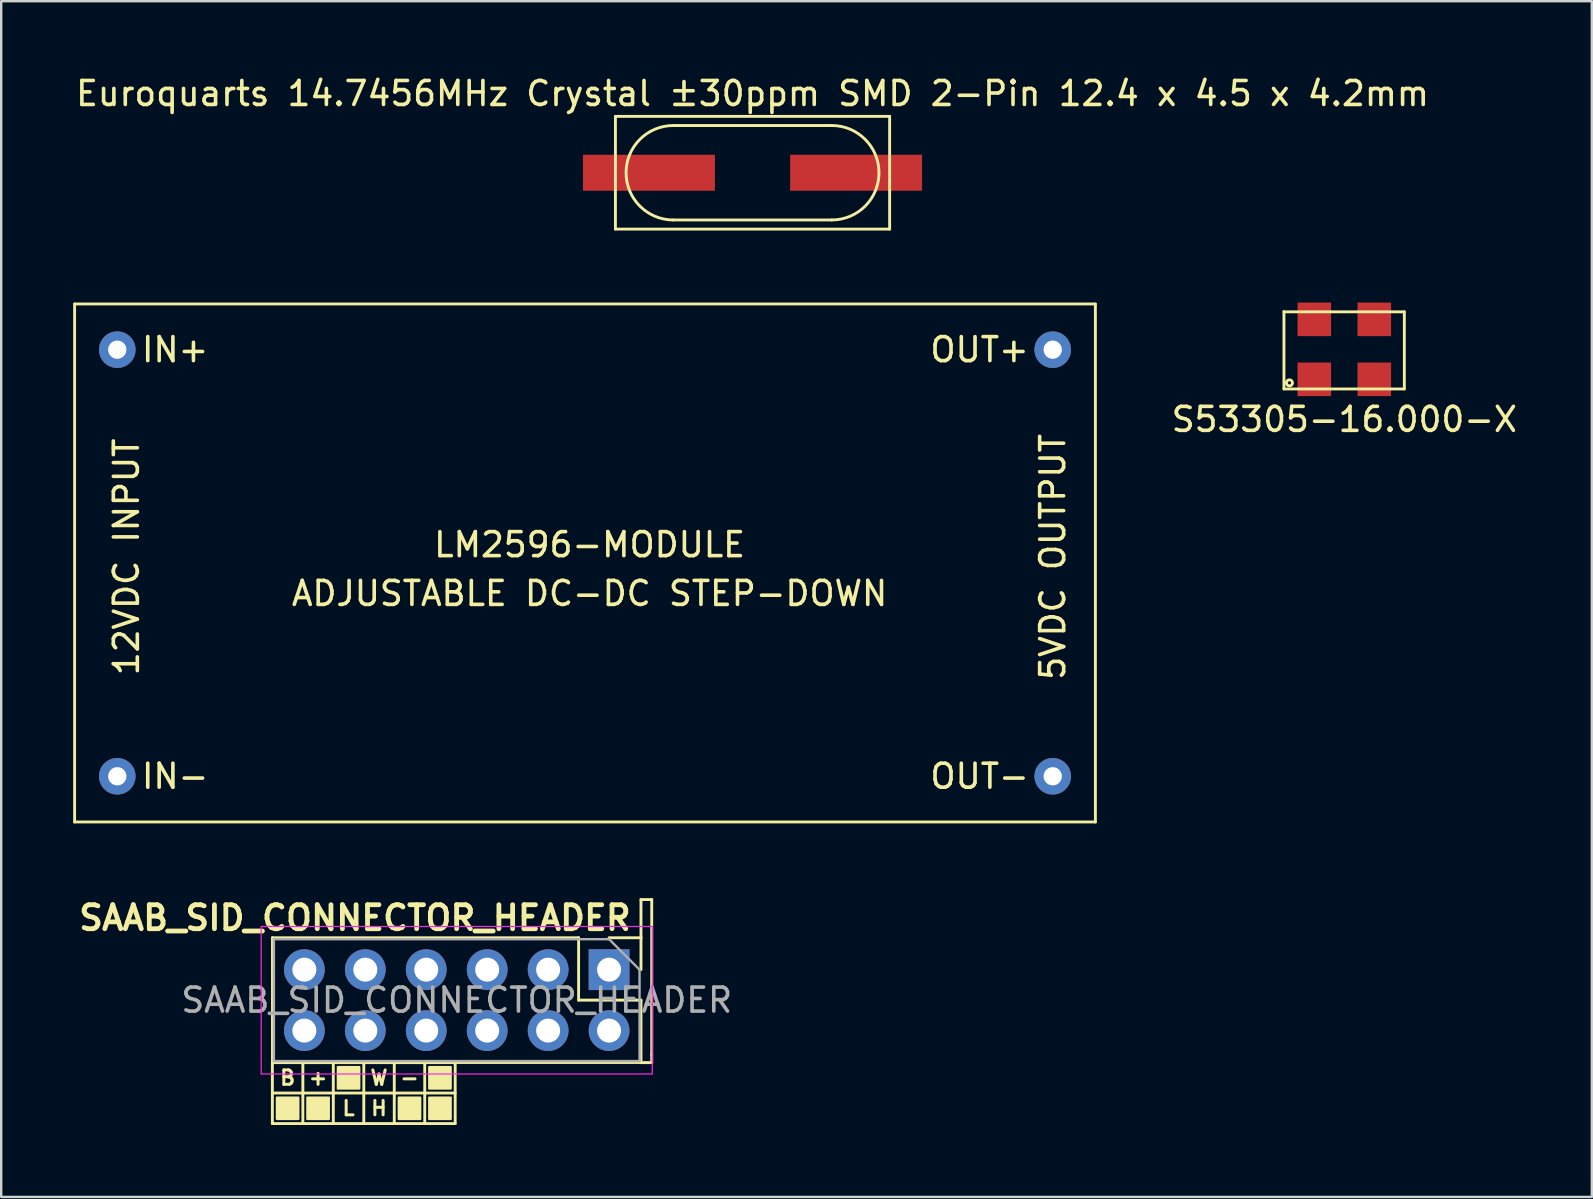
<source format=kicad_pcb>
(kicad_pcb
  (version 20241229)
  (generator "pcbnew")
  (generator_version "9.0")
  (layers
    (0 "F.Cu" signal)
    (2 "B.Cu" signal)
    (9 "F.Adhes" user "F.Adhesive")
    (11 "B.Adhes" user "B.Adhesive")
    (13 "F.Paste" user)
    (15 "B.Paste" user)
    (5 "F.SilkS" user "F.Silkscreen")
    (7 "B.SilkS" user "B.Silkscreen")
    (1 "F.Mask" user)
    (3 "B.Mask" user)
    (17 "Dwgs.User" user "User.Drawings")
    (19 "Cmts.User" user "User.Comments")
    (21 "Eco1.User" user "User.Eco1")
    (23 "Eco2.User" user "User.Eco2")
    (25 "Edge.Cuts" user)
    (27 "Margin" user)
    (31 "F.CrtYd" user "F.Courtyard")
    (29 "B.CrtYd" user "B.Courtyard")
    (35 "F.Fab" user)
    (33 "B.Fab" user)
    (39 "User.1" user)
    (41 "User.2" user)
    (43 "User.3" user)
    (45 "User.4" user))
  (footprint "LM2596-MODULE"
    (layer "F.Cu")
    (at 21.523 20.161)
    (property "Reference" "LM2596-MODULE" (at 0 -0.508 0) (layer "F.SilkS") (effects (font (size 1 1) (thickness 0.15))))
    (attr through_hole)
    (fp_line (start -21.463 -10.541) (end 21.082 -10.541) (stroke (width 0.12) (type solid)) (layer "F.SilkS"))
    (fp_line (start -21.463 11.049) (end -21.463 -10.541) (stroke (width 0.12) (type solid)) (layer "F.SilkS"))
    (fp_line (start 21.082 -10.541) (end 21.082 11.049) (stroke (width 0.12) (type solid)) (layer "F.SilkS"))
    (fp_line (start 21.082 11.049) (end -21.463 11.049) (stroke (width 0.12) (type solid)) (layer "F.SilkS"))
    (fp_text user "12VDC INPUT" (at -19.304 0 90) (layer "F.SilkS") (effects (font (size 1 1) (thickness 0.15))))
    (fp_text user "IN+" (at -17.272 -8.636 0) (layer "F.SilkS") (effects (font (size 1 1) (thickness 0.15))))
    (fp_text user "ADJUSTABLE DC-DC STEP-DOWN" (at 0 1.524 0) (layer "F.SilkS") (effects (font (size 1 1) (thickness 0.15))))
    (fp_text user "OUT+" (at 16.256 -8.636 0) (layer "F.SilkS") (effects (font (size 1 1) (thickness 0.15))))
    (fp_text user "5VDC OUTPUT" (at 19.304 0 270) (layer "F.SilkS") (effects (font (size 1 1) (thickness 0.15))))
    (fp_text user "OUT-" (at 16.256 9.144 0) (layer "F.SilkS") (effects (font (size 1 1) (thickness 0.15))))
    (fp_text user "IN-" (at -17.272 9.144 0) (layer "F.SilkS") (effects (font (size 1 1) (thickness 0.15))))
    (pad "1" thru_hole circle (at -19.685 -8.636) (size 1.524 1.524) (drill 0.762) (layers "*.Cu" "*.Mask"))
    (pad "2" thru_hole circle (at -19.685 9.144) (size 1.524 1.524) (drill 0.762) (layers "*.Cu" "*.Mask"))
    (pad "3" thru_hole circle (at 19.304 -8.636) (size 1.524 1.524) (drill 0.762) (layers "*.Cu" "*.Mask"))
    (pad "4" thru_hole circle (at 19.304 9.144) (size 1.524 1.524) (drill 0.762) (layers "*.Cu" "*.Mask")))
  (footprint "Euroquarts 14.7456MHz Crystal ±30ppm SMD 2-Pin 12.4 x 4.5 x 4.2mm"
    (layer "F.Cu")
    (at 28.315 4.15)
    (property "Reference" "Euroquarts 14.7456MHz Crystal ±30ppm SMD 2-Pin 12.4 x 4.5 x 4.2mm" (at 0 -3.302 0) (layer "F.SilkS") (effects (font (size 1 1) (thickness 0.15))))
    (attr through_hole)
    (fp_line (start -5.715 -2.349) (end 5.715 -2.349) (stroke (width 0.12) (type solid)) (layer "F.SilkS"))
    (fp_line (start -5.715 2.349) (end -5.715 -2.349) (stroke (width 0.12) (type solid)) (layer "F.SilkS"))
    (fp_line (start -3.302 1.968) (end 3.302 1.968) (stroke (width 0.12) (type solid)) (layer "F.SilkS"))
    (fp_line (start 3.302 -1.968) (end -3.302 -1.968) (stroke (width 0.12) (type solid)) (layer "F.SilkS"))
    (fp_line (start 5.715 -2.349) (end 5.715 2.349) (stroke (width 0.12) (type solid)) (layer "F.SilkS"))
    (fp_line (start 5.715 2.349) (end -5.715 2.349) (stroke (width 0.12) (type solid)) (layer "F.SilkS"))
    (fp_arc (start -3.302 1.9685) (mid -5.2705 0) (end -3.302 -1.9685) (stroke (width 0.12) (type solid)) (layer "F.SilkS"))
    (fp_arc (start 3.302 -1.9685) (mid 5.2705 0) (end 3.302 1.9685) (stroke (width 0.12) (type solid)) (layer "F.SilkS"))
    (pad "1" smd rect (at -4.318 0) (size 5.5 1.5) (layers "F.Cu" "F.Mask" "F.Paste"))
    (pad "2" smd rect (at 4.318 0) (size 5.5 1.5) (layers "F.Cu" "F.Mask" "F.Paste")))
  (footprint "S53305-16.000-X"
    (layer "F.Cu")
    (at 52.98 11.51)
    (property "Reference" "S53305-16.000-X" (at 0 2.921 0) (layer "F.SilkS") (effects (font (size 1 1) (thickness 0.15))))
    (attr through_hole)
    (fp_line (start -2.515 -1.562) (end 2.502 -1.562) (stroke (width 0.12) (type solid)) (layer "F.SilkS"))
    (fp_line (start -2.515 1.651) (end -2.515 -1.575) (stroke (width 0.12) (type solid)) (layer "F.SilkS"))
    (fp_line (start 2.502 -1.562) (end 2.502 1.651) (stroke (width 0.12) (type solid)) (layer "F.SilkS"))
    (fp_line (start 2.502 1.651) (end -2.515 1.651) (stroke (width 0.12) (type solid)) (layer "F.SilkS"))
    (fp_circle (center -2.286 1.397) (end -2.413 1.397) (stroke (width 0.12) (type solid)) (fill no) (layer "F.SilkS"))
    (pad "1" smd rect (at -1.25 1.25) (size 1.4 1.4) (layers "F.Cu" "F.Mask" "F.Paste"))
    (pad "2" smd rect (at 1.25 1.25) (size 1.4 1.4) (layers "F.Cu" "F.Mask" "F.Paste"))
    (pad "3" smd rect (at 1.25 -1.25) (size 1.4 1.4) (layers "F.Cu" "F.Mask" "F.Paste"))
    (pad "4" smd rect (at -1.25 -1.25) (size 1.4 1.4) (layers "F.Cu" "F.Mask" "F.Paste")))
  (footprint "SAAB_SID_CONNECTOR_HEADER"
    (layer "F.Cu")
    (at 15.986 38.508)
    (property "Reference" "SAAB_SID_CONNECTOR_HEADER" (at 7.366 -3.302 0) (layer "F.SilkS") (effects (font (size 1 1) (thickness 0.2)) (justify right)))
    (attr through_hole)
    (fp_line (start -7.684 2.731) (end -0.064 2.731) (stroke (width 0.12) (type solid)) (layer "F.SilkS"))
    (fp_line (start -7.684 4) (end -0.064 4) (stroke (width 0.12) (type solid)) (layer "F.SilkS"))
    (fp_line (start -7.684 5.271) (end -7.684 2.731) (stroke (width 0.12) (type solid)) (layer "F.SilkS"))
    (fp_line (start -7.68 -2.473) (end -7.68 2.727) (stroke (width 0.12) (type solid)) (layer "F.SilkS"))
    (fp_line (start -6.413 5.271) (end -6.413 2.731) (stroke (width 0.12) (type solid)) (layer "F.SilkS"))
    (fp_line (start -5.144 2.731) (end -5.144 4) (stroke (width 0.12) (type solid)) (layer "F.SilkS"))
    (fp_line (start -5.144 4) (end -5.144 5.271) (stroke (width 0.12) (type solid)) (layer "F.SilkS"))
    (fp_line (start -3.873 2.731) (end -3.873 4) (stroke (width 0.12) (type solid)) (layer "F.SilkS"))
    (fp_line (start -3.873 4) (end -3.873 5.271) (stroke (width 0.12) (type solid)) (layer "F.SilkS"))
    (fp_line (start -2.603 2.731) (end -2.603 4) (stroke (width 0.12) (type solid)) (layer "F.SilkS"))
    (fp_line (start -2.603 4) (end -2.603 5.271) (stroke (width 0.12) (type solid)) (layer "F.SilkS"))
    (fp_line (start -1.333 4) (end -1.333 2.731) (stroke (width 0.12) (type solid)) (layer "F.SilkS"))
    (fp_line (start -1.333 5.271) (end -1.333 4) (stroke (width 0.12) (type solid)) (layer "F.SilkS"))
    (fp_line (start -0.064 2.731) (end -0.064 5.271) (stroke (width 0.12) (type solid)) (layer "F.SilkS"))
    (fp_line (start -0.064 5.271) (end -7.684 5.271) (stroke (width 0.12) (type solid)) (layer "F.SilkS"))
    (fp_line (start 5.08 -2.473) (end -7.68 -2.473) (stroke (width 0.12) (type solid)) (layer "F.SilkS"))
    (fp_line (start 5.08 -2.473) (end 5.08 0.127) (stroke (width 0.12) (type solid)) (layer "F.SilkS"))
    (fp_line (start 5.08 0.127) (end 7.68 0.127) (stroke (width 0.12) (type solid)) (layer "F.SilkS"))
    (fp_line (start 6.35 -2.473) (end 7.68 -2.473) (stroke (width 0.12) (type solid)) (layer "F.SilkS"))
    (fp_line (start 7.68 -4.064) (end 8.128 -4.064) (stroke (width 0.12) (type solid)) (layer "F.SilkS"))
    (fp_line (start 7.68 -2.473) (end 7.68 -4.064) (stroke (width 0.12) (type solid)) (layer "F.SilkS"))
    (fp_line (start 7.68 -2.473) (end 7.68 -1.143) (stroke (width 0.12) (type solid)) (layer "F.SilkS"))
    (fp_line (start 7.68 0.127) (end 7.68 2.727) (stroke (width 0.12) (type solid)) (layer "F.SilkS"))
    (fp_line (start 7.68 2.727) (end -7.68 2.727) (stroke (width 0.12) (type solid)) (layer "F.SilkS"))
    (fp_line (start 7.68 2.731) (end 8.128 2.731) (stroke (width 0.12) (type solid)) (layer "F.SilkS"))
    (fp_line (start 8.128 -4.064) (end 8.128 2.413) (stroke (width 0.12) (type solid)) (layer "F.SilkS"))
    (fp_line (start 8.128 2.731) (end 8.128 2.413) (stroke (width 0.12) (type solid)) (layer "F.SilkS"))
    (fp_poly (pts (xy -6.604 5.08) (xy -7.493 5.08) (xy -7.493 4.191) (xy -6.604 4.191)) (stroke (width 0.1) (type solid)) (fill yes) (layer "F.SilkS"))
    (fp_poly (pts (xy -5.334 5.08) (xy -6.223 5.08) (xy -6.223 4.191) (xy -5.334 4.191)) (stroke (width 0.1) (type solid)) (fill yes) (layer "F.SilkS"))
    (fp_poly (pts (xy -4.064 3.81) (xy -4.953 3.81) (xy -4.953 2.921) (xy -4.064 2.921)) (stroke (width 0.1) (type solid)) (fill yes) (layer "F.SilkS"))
    (fp_poly (pts (xy -1.524 5.08) (xy -2.413 5.08) (xy -2.413 4.191) (xy -1.524 4.191)) (stroke (width 0.1) (type solid)) (fill yes) (layer "F.SilkS"))
    (fp_poly (pts (xy -0.254 3.81) (xy -1.143 3.81) (xy -1.143 2.921) (xy -0.254 2.921)) (stroke (width 0.1) (type solid)) (fill yes) (layer "F.SilkS"))
    (fp_poly (pts (xy -0.254 5.08) (xy -1.143 5.08) (xy -1.143 4.191) (xy -0.254 4.191)) (stroke (width 0.1) (type solid)) (fill yes) (layer "F.SilkS"))
    (fp_line (start -8.15 -2.943) (end -8.15 3.207) (stroke (width 0.05) (type solid)) (layer "F.CrtYd"))
    (fp_line (start -8.15 3.207) (end 8.15 3.207) (stroke (width 0.05) (type solid)) (layer "F.CrtYd"))
    (fp_line (start 8.15 -2.943) (end -8.15 -2.943) (stroke (width 0.05) (type solid)) (layer "F.CrtYd"))
    (fp_line (start 8.15 3.207) (end 8.15 -2.943) (stroke (width 0.05) (type solid)) (layer "F.CrtYd"))
    (fp_line (start -7.62 -2.413) (end 6.35 -2.413) (stroke (width 0.1) (type solid)) (layer "F.Fab"))
    (fp_line (start -7.62 2.667) (end -7.62 -2.413) (stroke (width 0.1) (type solid)) (layer "F.Fab"))
    (fp_line (start 6.35 -2.413) (end 7.62 -1.143) (stroke (width 0.1) (type solid)) (layer "F.Fab"))
    (fp_line (start 7.62 -1.143) (end 7.62 2.667) (stroke (width 0.1) (type solid)) (layer "F.Fab"))
    (fp_line (start 7.62 2.667) (end -7.62 2.667) (stroke (width 0.1) (type solid)) (layer "F.Fab"))
    (fp_text user "-" (at -1.968 3.365 180) (layer "F.SilkS") (effects (font (size 0.6 0.6) (thickness 0.125))))
    (fp_text user "W" (at -3.239 3.365 180) (layer "F.SilkS") (effects (font (size 0.6 0.6) (thickness 0.125))))
    (fp_text user "H" (at -3.239 4.636 180) (layer "F.SilkS") (effects (font (size 0.6 0.6) (thickness 0.125))))
    (fp_text user "+" (at -5.779 3.365 180) (layer "F.SilkS") (effects (font (size 0.6 0.6) (thickness 0.125))))
    (fp_text user "L" (at -4.508 4.636 0) (layer "F.SilkS") (effects (font (size 0.6 0.6) (thickness 0.125))))
    (fp_text user "B" (at -7.048 3.365 180) (layer "F.SilkS") (effects (font (size 0.6 0.6) (thickness 0.125))))
    (fp_text user "${REFERENCE}" (at 0 0.127 0) (layer "F.Fab") (effects (font (size 1 1) (thickness 0.15))))
    (pad "1" thru_hole rect (at 6.35 -1.143 270) (size 1.7 1.7) (drill 1) (layers "*.Cu" "*.Mask"))
    (pad "2" thru_hole oval (at 3.81 -1.143 270) (size 1.7 1.7) (drill 1) (layers "*.Cu" "*.Mask"))
    (pad "3" thru_hole oval (at 1.27 -1.143 270) (size 1.7 1.7) (drill 1) (layers "*.Cu" "*.Mask"))
    (pad "4" thru_hole oval (at -1.27 -1.143 270) (size 1.7 1.7) (drill 1) (layers "*.Cu" "*.Mask"))
    (pad "5" thru_hole oval (at -3.81 -1.143 270) (size 1.7 1.7) (drill 1) (layers "*.Cu" "*.Mask"))
    (pad "6" thru_hole oval (at -6.35 -1.143 270) (size 1.7 1.7) (drill 1) (layers "*.Cu" "*.Mask"))
    (pad "7" thru_hole oval (at -6.35 1.397 270) (size 1.7 1.7) (drill 1) (layers "*.Cu" "*.Mask"))
    (pad "8" thru_hole oval (at -3.81 1.397 270) (size 1.7 1.7) (drill 1) (layers "*.Cu" "*.Mask"))
    (pad "9" thru_hole oval (at -1.27 1.397 270) (size 1.7 1.7) (drill 1) (layers "*.Cu" "*.Mask"))
    (pad "10" thru_hole oval (at 1.27 1.397 270) (size 1.7 1.7) (drill 1) (layers "*.Cu" "*.Mask"))
    (pad "11" thru_hole oval (at 3.81 1.397 270) (size 1.7 1.7) (drill 1) (layers "*.Cu" "*.Mask"))
    (pad "12" thru_hole oval (at 6.35 1.397 270) (size 1.7 1.7) (drill 1) (layers "*.Cu" "*.Mask")))
  (gr_rect
    (start -3 -3)
    (end 63.296 46.838)
    (stroke (width 0.1) (type default))
    (fill no)
    (layer "Edge.Cuts")))
</source>
